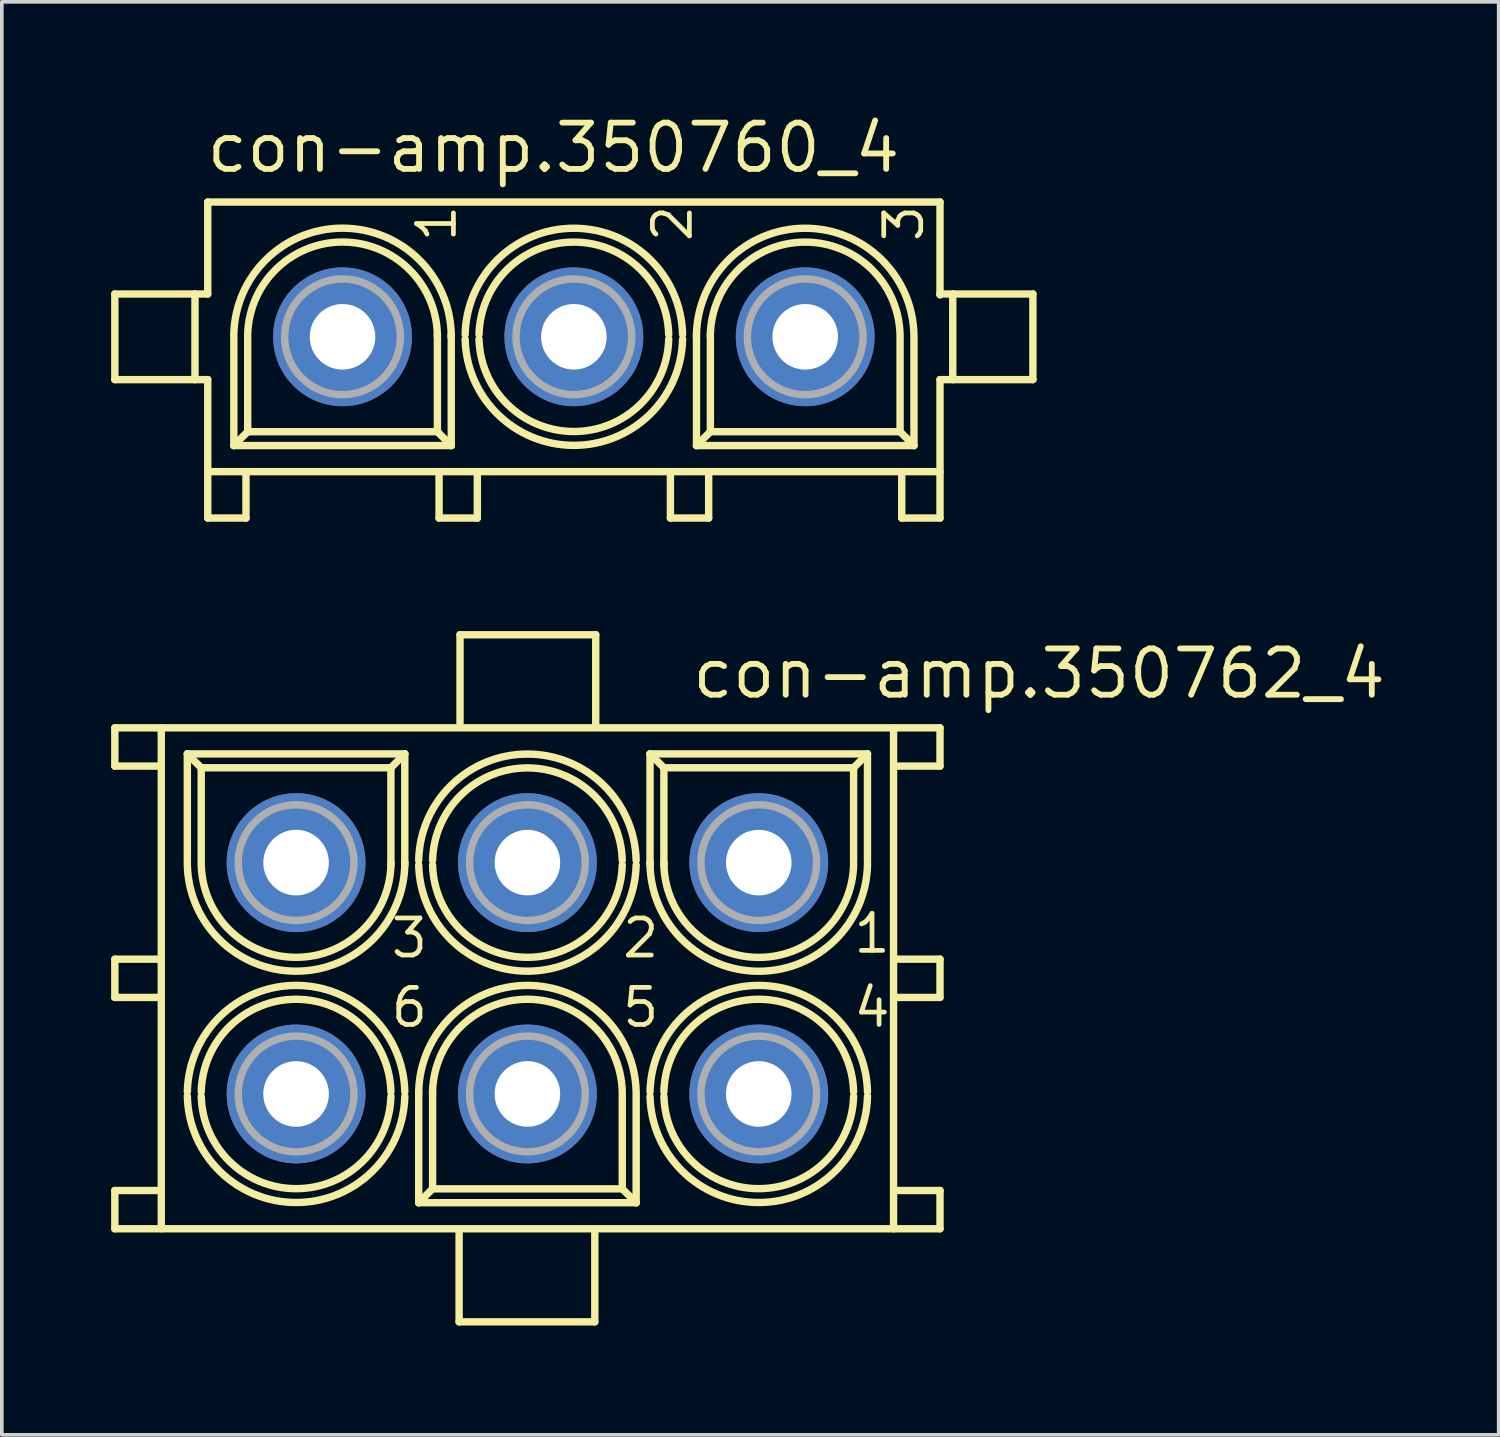
<source format=kicad_pcb>
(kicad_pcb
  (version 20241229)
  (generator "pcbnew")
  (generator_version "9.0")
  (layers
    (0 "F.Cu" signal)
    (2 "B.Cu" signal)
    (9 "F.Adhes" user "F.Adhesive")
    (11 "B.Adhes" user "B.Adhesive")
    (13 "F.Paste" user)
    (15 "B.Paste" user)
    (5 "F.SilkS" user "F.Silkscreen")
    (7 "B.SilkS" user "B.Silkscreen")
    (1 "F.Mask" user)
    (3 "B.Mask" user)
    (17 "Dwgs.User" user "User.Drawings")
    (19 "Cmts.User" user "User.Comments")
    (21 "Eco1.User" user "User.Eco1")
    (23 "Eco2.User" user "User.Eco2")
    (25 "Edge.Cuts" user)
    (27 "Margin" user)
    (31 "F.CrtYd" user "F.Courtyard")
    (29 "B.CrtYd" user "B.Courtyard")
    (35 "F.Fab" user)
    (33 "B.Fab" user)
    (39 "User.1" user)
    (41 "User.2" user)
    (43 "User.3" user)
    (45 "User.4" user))
  (footprint "con-amp.350762_4"
    (layer "F.Cu")
    (at 11.427 23.803)
    (property "Reference" "con-amp.350762_4" (at 4.445 -7.62 0) (layer "F.SilkS") (effects (font (size 1.27 1.27) (thickness 0.16)) (justify left bottom)))
    (attr through_hole)
    (fp_line (start -11.325 -6.875) (end -11.325 -5.825) (stroke (width 0.203) (type default)) (layer "F.SilkS"))
    (fp_line (start -11.325 -5.825) (end -10.125 -5.825) (stroke (width 0.203) (type default)) (layer "F.SilkS"))
    (fp_line (start -11.325 -0.525) (end -11.325 0.525) (stroke (width 0.203) (type default)) (layer "F.SilkS"))
    (fp_line (start -11.325 0.525) (end -10.125 0.525) (stroke (width 0.203) (type default)) (layer "F.SilkS"))
    (fp_line (start -11.325 5.825) (end -11.325 6.875) (stroke (width 0.203) (type default)) (layer "F.SilkS"))
    (fp_line (start -11.325 6.875) (end -10.125 6.875) (stroke (width 0.203) (type default)) (layer "F.SilkS"))
    (fp_line (start -10.1 -6.875) (end -11.325 -6.875) (stroke (width 0.203) (type default)) (layer "F.SilkS"))
    (fp_line (start -10.1 -0.525) (end -11.325 -0.525) (stroke (width 0.203) (type default)) (layer "F.SilkS"))
    (fp_line (start -10.1 5.825) (end -11.325 5.825) (stroke (width 0.203) (type default)) (layer "F.SilkS"))
    (fp_line (start -10.05 -6.875) (end 10.05 -6.875) (stroke (width 0.203) (type default)) (layer "F.SilkS"))
    (fp_line (start -10.05 6.875) (end -10.05 -6.875) (stroke (width 0.203) (type default)) (layer "F.SilkS"))
    (fp_line (start -9.335 -6.16) (end -3.366 -6.16) (stroke (width 0.203) (type default)) (layer "F.SilkS"))
    (fp_line (start -9.335 -3.175) (end -9.335 -6.16) (stroke (width 0.203) (type default)) (layer "F.SilkS"))
    (fp_line (start -8.954 -5.779) (end -9.335 -6.16) (stroke (width 0.203) (type default)) (layer "F.SilkS"))
    (fp_line (start -8.954 -5.779) (end -3.747 -5.779) (stroke (width 0.203) (type default)) (layer "F.SilkS"))
    (fp_line (start -8.954 -3.175) (end -8.954 -5.779) (stroke (width 0.203) (type default)) (layer "F.SilkS"))
    (fp_line (start -3.747 -5.779) (end -3.747 -3.175) (stroke (width 0.203) (type default)) (layer "F.SilkS"))
    (fp_line (start -3.747 -5.779) (end -3.366 -6.16) (stroke (width 0.203) (type default)) (layer "F.SilkS"))
    (fp_line (start -3.746 -3.175) (end -3.746 -3.111) (stroke (width 0.203) (type default)) (layer "F.SilkS"))
    (fp_line (start -3.366 -6.16) (end -3.366 -3.175) (stroke (width 0.203) (type default)) (layer "F.SilkS"))
    (fp_line (start -3.365 -3.175) (end -3.365 -3.111) (stroke (width 0.203) (type default)) (layer "F.SilkS"))
    (fp_line (start -2.985 3.175) (end -2.985 3.111) (stroke (width 0.203) (type default)) (layer "F.SilkS"))
    (fp_line (start -2.984 6.16) (end -2.984 3.175) (stroke (width 0.203) (type default)) (layer "F.SilkS"))
    (fp_line (start -2.604 3.175) (end -2.604 3.111) (stroke (width 0.203) (type default)) (layer "F.SilkS"))
    (fp_line (start -2.603 5.779) (end -2.984 6.16) (stroke (width 0.203) (type default)) (layer "F.SilkS"))
    (fp_line (start -2.603 5.779) (end -2.603 3.175) (stroke (width 0.203) (type default)) (layer "F.SilkS"))
    (fp_line (start -1.875 6.98) (end -1.875 9.43) (stroke (width 0.203) (type default)) (layer "F.SilkS"))
    (fp_line (start -1.875 9.43) (end 1.85 9.43) (stroke (width 0.203) (type default)) (layer "F.SilkS"))
    (fp_line (start -1.85 -9.43) (end -1.85 -7.005) (stroke (width 0.203) (type default)) (layer "F.SilkS"))
    (fp_line (start 1.85 9.43) (end 1.85 7.005) (stroke (width 0.203) (type default)) (layer "F.SilkS"))
    (fp_line (start 1.875 -9.43) (end -1.85 -9.43) (stroke (width 0.203) (type default)) (layer "F.SilkS"))
    (fp_line (start 1.875 -6.98) (end 1.875 -9.43) (stroke (width 0.203) (type default)) (layer "F.SilkS"))
    (fp_line (start 2.604 3.175) (end 2.604 5.779) (stroke (width 0.203) (type default)) (layer "F.SilkS"))
    (fp_line (start 2.604 5.779) (end -2.603 5.779) (stroke (width 0.203) (type default)) (layer "F.SilkS"))
    (fp_line (start 2.604 5.779) (end 2.985 6.16) (stroke (width 0.203) (type default)) (layer "F.SilkS"))
    (fp_line (start 2.985 3.175) (end 2.985 6.16) (stroke (width 0.203) (type default)) (layer "F.SilkS"))
    (fp_line (start 2.985 6.16) (end -2.984 6.16) (stroke (width 0.203) (type default)) (layer "F.SilkS"))
    (fp_line (start 3.365 -6.16) (end 9.334 -6.16) (stroke (width 0.203) (type default)) (layer "F.SilkS"))
    (fp_line (start 3.365 -3.175) (end 3.365 -6.16) (stroke (width 0.203) (type default)) (layer "F.SilkS"))
    (fp_line (start 3.365 -3.175) (end 3.366 -3.175) (stroke (width 0.203) (type default)) (layer "F.SilkS"))
    (fp_line (start 3.366 -3.111) (end 3.366 -3.175) (stroke (width 0.203) (type default)) (layer "F.SilkS"))
    (fp_line (start 3.746 -5.779) (end 3.365 -6.16) (stroke (width 0.203) (type default)) (layer "F.SilkS"))
    (fp_line (start 3.746 -5.779) (end 8.953 -5.779) (stroke (width 0.203) (type default)) (layer "F.SilkS"))
    (fp_line (start 3.746 -3.175) (end 3.746 -5.779) (stroke (width 0.203) (type default)) (layer "F.SilkS"))
    (fp_line (start 3.747 -3.111) (end 3.747 -3.175) (stroke (width 0.203) (type default)) (layer "F.SilkS"))
    (fp_line (start 8.953 -5.779) (end 8.953 -3.175) (stroke (width 0.203) (type default)) (layer "F.SilkS"))
    (fp_line (start 8.953 -5.779) (end 9.334 -6.16) (stroke (width 0.203) (type default)) (layer "F.SilkS"))
    (fp_line (start 9.334 -6.16) (end 9.334 -3.175) (stroke (width 0.203) (type default)) (layer "F.SilkS"))
    (fp_line (start 10.05 -6.875) (end 10.05 6.875) (stroke (width 0.203) (type default)) (layer "F.SilkS"))
    (fp_line (start 10.05 6.875) (end -10.05 6.875) (stroke (width 0.203) (type default)) (layer "F.SilkS"))
    (fp_line (start 10.1 -5.825) (end 11.325 -5.825) (stroke (width 0.203) (type default)) (layer "F.SilkS"))
    (fp_line (start 10.1 0.525) (end 11.325 0.525) (stroke (width 0.203) (type default)) (layer "F.SilkS"))
    (fp_line (start 10.1 6.875) (end 11.325 6.875) (stroke (width 0.203) (type default)) (layer "F.SilkS"))
    (fp_line (start 11.325 -6.875) (end 10.125 -6.875) (stroke (width 0.203) (type default)) (layer "F.SilkS"))
    (fp_line (start 11.325 -5.825) (end 11.325 -6.875) (stroke (width 0.203) (type default)) (layer "F.SilkS"))
    (fp_line (start 11.325 -0.525) (end 10.125 -0.525) (stroke (width 0.203) (type default)) (layer "F.SilkS"))
    (fp_line (start 11.325 0.525) (end 11.325 -0.525) (stroke (width 0.203) (type default)) (layer "F.SilkS"))
    (fp_line (start 11.325 5.825) (end 10.125 5.825) (stroke (width 0.203) (type default)) (layer "F.SilkS"))
    (fp_line (start 11.325 6.875) (end 11.325 5.825) (stroke (width 0.203) (type default)) (layer "F.SilkS"))
    (fp_arc (start -9.3347 3.1114) (mid -6.3502 0.194907) (end -3.3657 3.1114) (stroke (width 0.2032) (type default)) (layer "F.SilkS"))
    (fp_arc (start -8.9537 3.1114) (mid -6.3502 0.574915) (end -3.7467 3.1114) (stroke (width 0.2032) (type default)) (layer "F.SilkS"))
    (fp_arc (start -3.7463 -3.1114) (mid -6.3498 -0.574915) (end -8.9533 -3.1114) (stroke (width 0.2032) (type default)) (layer "F.SilkS"))
    (fp_arc (start -3.7463 3.2386) (mid -6.3498 5.775085) (end -8.9533 3.2386) (stroke (width 0.2032) (type default)) (layer "F.SilkS"))
    (fp_arc (start -3.3653 -3.1114) (mid -6.3498 -0.194907) (end -9.3343 -3.1114) (stroke (width 0.2032) (type default)) (layer "F.SilkS"))
    (fp_arc (start -3.3653 3.2386) (mid -6.3498 6.155093) (end -9.3343 3.2386) (stroke (width 0.2032) (type default)) (layer "F.SilkS"))
    (fp_arc (start -2.9847 -3.2386) (mid -0.0002 -6.155093) (end 2.9843 -3.2386) (stroke (width 0.2032) (type default)) (layer "F.SilkS"))
    (fp_arc (start -2.9847 3.1114) (mid -0.0002 0.194907) (end 2.9843 3.1114) (stroke (width 0.2032) (type default)) (layer "F.SilkS"))
    (fp_arc (start -2.6037 -3.2386) (mid -0.0002 -5.775085) (end 2.6033 -3.2386) (stroke (width 0.2032) (type default)) (layer "F.SilkS"))
    (fp_arc (start -2.6037 3.1114) (mid -0.0002 0.574915) (end 2.6033 3.1114) (stroke (width 0.2032) (type default)) (layer "F.SilkS"))
    (fp_arc (start 2.6037 -3.1114) (mid 0.0002 -0.574915) (end -2.6033 -3.1114) (stroke (width 0.2032) (type default)) (layer "F.SilkS"))
    (fp_arc (start 2.9847 -3.1114) (mid 0.0002 -0.194907) (end -2.9843 -3.1114) (stroke (width 0.2032) (type default)) (layer "F.SilkS"))
    (fp_arc (start 3.3653 3.1114) (mid 6.3498 0.194907) (end 9.3343 3.1114) (stroke (width 0.2032) (type default)) (layer "F.SilkS"))
    (fp_arc (start 3.7463 3.1114) (mid 6.3498 0.574915) (end 8.9533 3.1114) (stroke (width 0.2032) (type default)) (layer "F.SilkS"))
    (fp_arc (start 8.9536 -3.1114) (mid 6.35015 -0.573114) (end 3.7467 -3.1114) (stroke (width 0.2032) (type default)) (layer "F.SilkS"))
    (fp_arc (start 8.9537 3.2386) (mid 6.3502 5.775085) (end 3.7467 3.2386) (stroke (width 0.2032) (type default)) (layer "F.SilkS"))
    (fp_arc (start 9.3346 -3.1114) (mid 6.35015 -0.195055) (end 3.3657 -3.1114) (stroke (width 0.2032) (type default)) (layer "F.SilkS"))
    (fp_arc (start 9.3347 3.2386) (mid 6.3502 6.155093) (end 3.3657 3.2386) (stroke (width 0.2032) (type default)) (layer "F.SilkS"))
    (fp_circle (center -6.35 -3.175) (end -5.252 -3.175) (stroke (width 0.001) (type default)) (fill no) (layer "F.SilkS"))
    (fp_circle (center -6.35 3.175) (end -5.252 3.175) (stroke (width 0.001) (type default)) (fill no) (layer "F.SilkS"))
    (fp_circle (center -6.35 3.175) (end -3.747 3.175) (stroke (width 0.001) (type default)) (fill no) (layer "F.SilkS"))
    (fp_circle (center 0 -3.175) (end 1.099 -3.175) (stroke (width 0.001) (type default)) (fill no) (layer "F.SilkS"))
    (fp_circle (center 0 -3.175) (end 2.603 -3.175) (stroke (width 0.001) (type default)) (fill no) (layer "F.SilkS"))
    (fp_circle (center 0 3.175) (end 1.099 3.175) (stroke (width 0.001) (type default)) (fill no) (layer "F.SilkS"))
    (fp_circle (center 6.35 -3.175) (end 7.449 -3.175) (stroke (width 0.001) (type default)) (fill no) (layer "F.SilkS"))
    (fp_circle (center 6.35 3.175) (end 7.449 3.175) (stroke (width 0.001) (type default)) (fill no) (layer "F.SilkS"))
    (fp_circle (center 6.35 3.175) (end 8.954 3.175) (stroke (width 0.001) (type default)) (fill no) (layer "F.SilkS"))
    (fp_circle (center -6.35 -3.175) (end -4.762 -3.175) (stroke (width 0.203) (type default)) (fill no) (layer "F.Fab"))
    (fp_circle (center -6.35 3.175) (end -4.762 3.175) (stroke (width 0.203) (type default)) (fill no) (layer "F.Fab"))
    (fp_circle (center 0 -3.175) (end 1.588 -3.175) (stroke (width 0.203) (type default)) (fill no) (layer "F.Fab"))
    (fp_circle (center 0 3.175) (end 1.588 3.175) (stroke (width 0.203) (type default)) (fill no) (layer "F.Fab"))
    (fp_circle (center 6.35 -3.175) (end 7.938 -3.175) (stroke (width 0.203) (type default)) (fill no) (layer "F.Fab"))
    (fp_circle (center 6.35 3.175) (end 7.938 3.175) (stroke (width 0.203) (type default)) (fill no) (layer "F.Fab"))
    (fp_text user "4" (at 8.89 1.397 0) (layer "F.SilkS") (effects (font (size 1.016 1.016) (thickness 0.13)) (justify left bottom)))
    (fp_text user "3" (at -3.81 -0.508 0) (layer "F.SilkS") (effects (font (size 1.016 1.016) (thickness 0.13)) (justify left bottom)))
    (fp_text user "1" (at 8.89 -0.635 0) (layer "F.SilkS") (effects (font (size 1.016 1.016) (thickness 0.13)) (justify left bottom)))
    (fp_text user "6" (at -3.81 1.397 0) (layer "F.SilkS") (effects (font (size 1.016 1.016) (thickness 0.13)) (justify left bottom)))
    (fp_text user "5" (at 2.54 1.397 0) (layer "F.SilkS") (effects (font (size 1.016 1.016) (thickness 0.13)) (justify left bottom)))
    (fp_text user "2" (at 2.54 -0.508 0) (layer "F.SilkS") (effects (font (size 1.016 1.016) (thickness 0.13)) (justify left bottom)))
    (pad "1" thru_hole circle (at 6.35 -3.175 180) (size 3.81 3.81) (drill 1.8) (layers "*.Cu" "*.Mask"))
    (pad "2" thru_hole circle (at 0 -3.175 180) (size 3.81 3.81) (drill 1.8) (layers "*.Cu" "*.Mask"))
    (pad "3" thru_hole circle (at -6.35 -3.175 180) (size 3.81 3.81) (drill 1.8) (layers "*.Cu" "*.Mask"))
    (pad "4" thru_hole circle (at 6.35 3.175 180) (size 3.81 3.81) (drill 1.8) (layers "*.Cu" "*.Mask"))
    (pad "5" thru_hole circle (at 0 3.175) (size 3.81 3.81) (drill 1.8) (layers "*.Cu" "*.Mask"))
    (pad "6" thru_hole circle (at -6.35 3.175 180) (size 3.81 3.81) (drill 1.8) (layers "*.Cu" "*.Mask")))
  (footprint "con-amp.350760_4"
    (layer "F.Cu")
    (at 12.702 6.195)
    (property "Reference" "con-amp.350760_4" (at -10.16 -4.445 0) (layer "F.SilkS") (effects (font (size 1.27 1.27) (thickness 0.16)) (justify left bottom)))
    (attr through_hole)
    (fp_line (start -12.6 -1.175) (end -12.6 1.175) (stroke (width 0.203) (type default)) (layer "F.SilkS"))
    (fp_line (start -12.6 1.175) (end -10.425 1.175) (stroke (width 0.203) (type default)) (layer "F.SilkS"))
    (fp_line (start -10.425 -1.175) (end -12.6 -1.175) (stroke (width 0.203) (type default)) (layer "F.SilkS"))
    (fp_line (start -10.4 -1.175) (end -10.05 -1.175) (stroke (width 0.203) (type default)) (layer "F.SilkS"))
    (fp_line (start -10.4 1.175) (end -10.4 -1.175) (stroke (width 0.203) (type default)) (layer "F.SilkS"))
    (fp_line (start -10.05 -3.7) (end 10.05 -3.7) (stroke (width 0.203) (type default)) (layer "F.SilkS"))
    (fp_line (start -10.05 -1.175) (end -10.05 -3.7) (stroke (width 0.203) (type default)) (layer "F.SilkS"))
    (fp_line (start -10.05 1.175) (end -10.4 1.175) (stroke (width 0.203) (type default)) (layer "F.SilkS"))
    (fp_line (start -10.05 3.7) (end -10.05 1.175) (stroke (width 0.203) (type default)) (layer "F.SilkS"))
    (fp_line (start -10.05 3.725) (end -10.05 4.975) (stroke (width 0.203) (type default)) (layer "F.SilkS"))
    (fp_line (start -10.05 4.975) (end -9 4.975) (stroke (width 0.203) (type default)) (layer "F.SilkS"))
    (fp_line (start -9.334 2.985) (end -9.334 0) (stroke (width 0.203) (type default)) (layer "F.SilkS"))
    (fp_line (start -9 4.975) (end -9 3.8) (stroke (width 0.203) (type default)) (layer "F.SilkS"))
    (fp_line (start -8.953 2.604) (end -9.334 2.985) (stroke (width 0.203) (type default)) (layer "F.SilkS"))
    (fp_line (start -8.953 2.604) (end -8.953 0) (stroke (width 0.203) (type default)) (layer "F.SilkS"))
    (fp_line (start -3.747 -0.064) (end -3.747 0) (stroke (width 0.203) (type default)) (layer "F.SilkS"))
    (fp_line (start -3.746 0) (end -3.746 2.604) (stroke (width 0.203) (type default)) (layer "F.SilkS"))
    (fp_line (start -3.746 2.604) (end -8.953 2.604) (stroke (width 0.203) (type default)) (layer "F.SilkS"))
    (fp_line (start -3.746 2.604) (end -3.365 2.985) (stroke (width 0.203) (type default)) (layer "F.SilkS"))
    (fp_line (start -3.7 4.975) (end -3.7 3.775) (stroke (width 0.203) (type default)) (layer "F.SilkS"))
    (fp_line (start -3.366 -0.064) (end -3.366 0) (stroke (width 0.203) (type default)) (layer "F.SilkS"))
    (fp_line (start -3.365 0) (end -3.366 0) (stroke (width 0.203) (type default)) (layer "F.SilkS"))
    (fp_line (start -3.365 0) (end -3.365 2.985) (stroke (width 0.203) (type default)) (layer "F.SilkS"))
    (fp_line (start -3.365 2.985) (end -9.334 2.985) (stroke (width 0.203) (type default)) (layer "F.SilkS"))
    (fp_line (start -2.65 3.775) (end -2.65 4.975) (stroke (width 0.203) (type default)) (layer "F.SilkS"))
    (fp_line (start -2.65 4.975) (end -3.7 4.975) (stroke (width 0.203) (type default)) (layer "F.SilkS"))
    (fp_line (start 2.65 4.975) (end 2.65 3.775) (stroke (width 0.203) (type default)) (layer "F.SilkS"))
    (fp_line (start 3.365 0) (end 3.365 -0.064) (stroke (width 0.203) (type default)) (layer "F.SilkS"))
    (fp_line (start 3.366 2.985) (end 3.366 0) (stroke (width 0.203) (type default)) (layer "F.SilkS"))
    (fp_line (start 3.7 3.775) (end 3.7 4.975) (stroke (width 0.203) (type default)) (layer "F.SilkS"))
    (fp_line (start 3.7 4.975) (end 2.65 4.975) (stroke (width 0.203) (type default)) (layer "F.SilkS"))
    (fp_line (start 3.746 0) (end 3.746 -0.064) (stroke (width 0.203) (type default)) (layer "F.SilkS"))
    (fp_line (start 3.747 2.604) (end 3.366 2.985) (stroke (width 0.203) (type default)) (layer "F.SilkS"))
    (fp_line (start 3.747 2.604) (end 3.747 0) (stroke (width 0.203) (type default)) (layer "F.SilkS"))
    (fp_line (start 8.954 0) (end 8.954 2.604) (stroke (width 0.203) (type default)) (layer "F.SilkS"))
    (fp_line (start 8.954 2.604) (end 3.747 2.604) (stroke (width 0.203) (type default)) (layer "F.SilkS"))
    (fp_line (start 8.954 2.604) (end 9.335 2.985) (stroke (width 0.203) (type default)) (layer "F.SilkS"))
    (fp_line (start 9 4.975) (end 9 3.825) (stroke (width 0.203) (type default)) (layer "F.SilkS"))
    (fp_line (start 9.335 0) (end 9.335 2.985) (stroke (width 0.203) (type default)) (layer "F.SilkS"))
    (fp_line (start 9.335 2.985) (end 3.366 2.985) (stroke (width 0.203) (type default)) (layer "F.SilkS"))
    (fp_line (start 10.05 -3.7) (end 10.05 -1.175) (stroke (width 0.203) (type default)) (layer "F.SilkS"))
    (fp_line (start 10.05 -1.175) (end 10.05 -1.15) (stroke (width 0.203) (type default)) (layer "F.SilkS"))
    (fp_line (start 10.05 -1.175) (end 10.4 -1.175) (stroke (width 0.203) (type default)) (layer "F.SilkS"))
    (fp_line (start 10.05 1.175) (end 10.05 3.7) (stroke (width 0.203) (type default)) (layer "F.SilkS"))
    (fp_line (start 10.05 3.7) (end -10.05 3.7) (stroke (width 0.203) (type default)) (layer "F.SilkS"))
    (fp_line (start 10.05 3.75) (end 10.05 4.975) (stroke (width 0.203) (type default)) (layer "F.SilkS"))
    (fp_line (start 10.05 4.975) (end 9 4.975) (stroke (width 0.203) (type default)) (layer "F.SilkS"))
    (fp_line (start 10.4 -1.175) (end 10.4 1.175) (stroke (width 0.203) (type default)) (layer "F.SilkS"))
    (fp_line (start 10.4 1.175) (end 10.05 1.175) (stroke (width 0.203) (type default)) (layer "F.SilkS"))
    (fp_line (start 10.425 -1.175) (end 12.6 -1.175) (stroke (width 0.203) (type default)) (layer "F.SilkS"))
    (fp_line (start 12.6 -1.175) (end 12.6 1.175) (stroke (width 0.203) (type default)) (layer "F.SilkS"))
    (fp_line (start 12.6 1.175) (end 10.425 1.175) (stroke (width 0.203) (type default)) (layer "F.SilkS"))
    (fp_arc (start -9.3346 -0.0636) (mid -6.35015 -2.979945) (end -3.3657 -0.0636) (stroke (width 0.2032) (type default)) (layer "F.SilkS"))
    (fp_arc (start -8.9536 -0.0636) (mid -6.35015 -2.601886) (end -3.7467 -0.0636) (stroke (width 0.2032) (type default)) (layer "F.SilkS"))
    (fp_arc (start -2.9847 -0.0636) (mid -0.0002 -2.980093) (end 2.9843 -0.0636) (stroke (width 0.2032) (type default)) (layer "F.SilkS"))
    (fp_arc (start -2.6037 -0.0636) (mid -0.0002 -2.600085) (end 2.6033 -0.0636) (stroke (width 0.2032) (type default)) (layer "F.SilkS"))
    (fp_arc (start 2.6037 0.0636) (mid 0.0002 2.600085) (end -2.6033 0.0636) (stroke (width 0.2032) (type default)) (layer "F.SilkS"))
    (fp_arc (start 2.9847 0.0636) (mid 0.0002 2.980093) (end -2.9843 0.0636) (stroke (width 0.2032) (type default)) (layer "F.SilkS"))
    (fp_arc (start 3.3653 -0.0636) (mid 6.3498 -2.980093) (end 9.3343 -0.0636) (stroke (width 0.2032) (type default)) (layer "F.SilkS"))
    (fp_arc (start 3.7463 -0.0636) (mid 6.3498 -2.600085) (end 8.9533 -0.0636) (stroke (width 0.2032) (type default)) (layer "F.SilkS"))
    (fp_circle (center -6.35 0) (end -4.762 0) (stroke (width 0.203) (type default)) (fill no) (layer "F.Fab"))
    (fp_circle (center 0 0) (end 1.588 0) (stroke (width 0.203) (type default)) (fill no) (layer "F.Fab"))
    (fp_circle (center 6.35 0) (end 7.938 0) (stroke (width 0.203) (type default)) (fill no) (layer "F.Fab"))
    (fp_text user "3" (at 9.652 -2.54 90) (layer "F.SilkS") (effects (font (size 1.016 1.016) (thickness 0.13)) (justify left bottom)))
    (fp_text user "2" (at 3.302 -2.54 90) (layer "F.SilkS") (effects (font (size 1.016 1.016) (thickness 0.13)) (justify left bottom)))
    (fp_text user "1" (at -3.175 -2.54 90) (layer "F.SilkS") (effects (font (size 1.016 1.016) (thickness 0.13)) (justify left bottom)))
    (pad "1" thru_hole circle (at -6.35 0) (size 3.81 3.81) (drill 1.8) (layers "*.Cu" "*.Mask"))
    (pad "2" thru_hole circle (at 0 0) (size 3.81 3.81) (drill 1.8) (layers "*.Cu" "*.Mask"))
    (pad "3" thru_hole circle (at 6.35 0) (size 3.81 3.81) (drill 1.8) (layers "*.Cu" "*.Mask")))
  (gr_rect
    (start -3 -3)
    (end 38.087 36.335)
    (stroke (width 0.1) (type default))
    (fill no)
    (layer "Edge.Cuts")))
</source>
